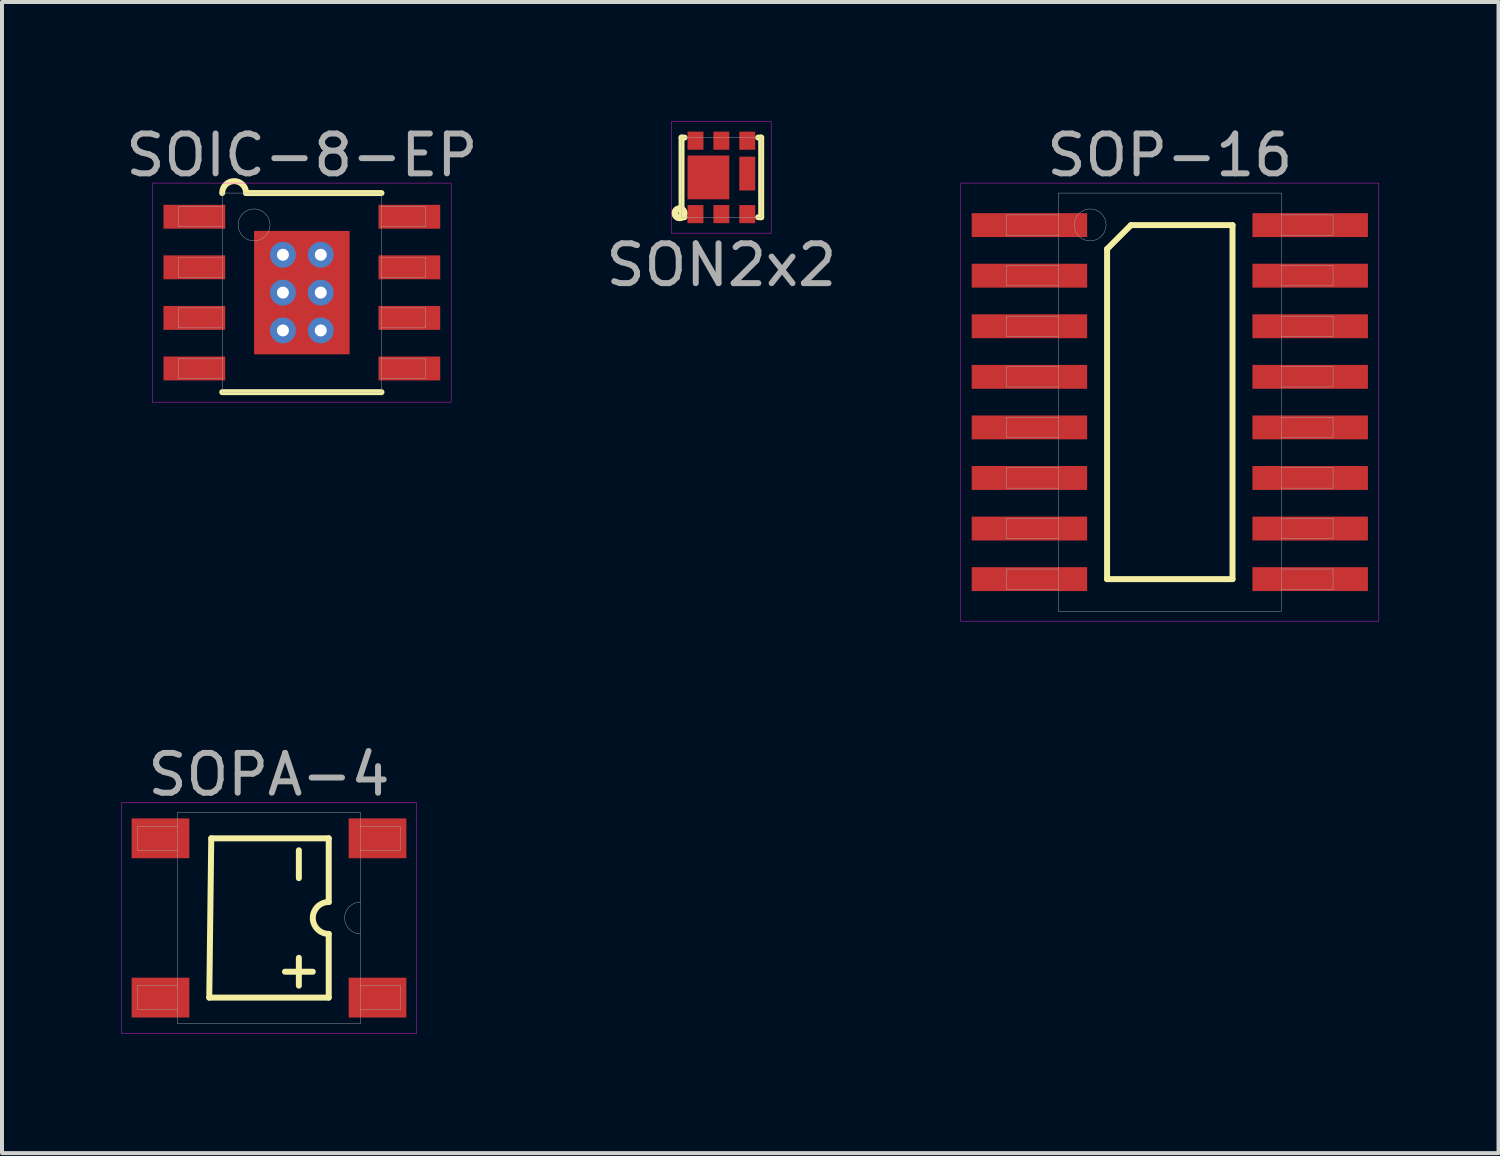
<source format=kicad_pcb>
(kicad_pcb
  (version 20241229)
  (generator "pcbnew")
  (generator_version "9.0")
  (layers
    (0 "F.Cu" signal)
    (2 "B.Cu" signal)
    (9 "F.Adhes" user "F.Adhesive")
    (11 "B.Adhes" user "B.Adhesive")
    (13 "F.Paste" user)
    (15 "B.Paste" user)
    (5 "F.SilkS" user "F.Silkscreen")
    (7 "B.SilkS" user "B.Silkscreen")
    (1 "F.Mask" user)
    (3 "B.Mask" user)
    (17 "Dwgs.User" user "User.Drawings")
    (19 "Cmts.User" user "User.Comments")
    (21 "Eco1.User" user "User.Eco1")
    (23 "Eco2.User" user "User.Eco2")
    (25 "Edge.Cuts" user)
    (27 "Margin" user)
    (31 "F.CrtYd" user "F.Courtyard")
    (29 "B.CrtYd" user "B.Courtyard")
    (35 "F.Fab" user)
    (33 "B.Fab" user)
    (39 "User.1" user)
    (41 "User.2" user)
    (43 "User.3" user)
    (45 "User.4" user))
  (footprint "SOPA-4"
    (layer "F.Cu")
    (at 3.705 20.002)
    (property "Reference" "SOPA-4" (at 0 -3.6 0) (layer "F.Fab") (effects (font (size 1 1) (thickness 0.15))))
    (attr through_hole)
    (fp_line (start -1.5 2) (end -1.45 -2) (stroke (width 0.15) (type solid)) (layer "F.SilkS"))
    (fp_line (start -1.45 -2) (end 1.5 -2) (stroke (width 0.15) (type solid)) (layer "F.SilkS"))
    (fp_line (start 0.4 1.35) (end 1.1 1.35) (stroke (width 0.15) (type solid)) (layer "F.SilkS"))
    (fp_line (start 0.75 -1.7) (end 0.75 -1) (stroke (width 0.15) (type solid)) (layer "F.SilkS"))
    (fp_line (start 0.75 1) (end 0.75 1.7) (stroke (width 0.15) (type solid)) (layer "F.SilkS"))
    (fp_line (start 1.5 -0.4) (end 1.5 -2) (stroke (width 0.15) (type solid)) (layer "F.SilkS"))
    (fp_line (start 1.5 0.4) (end 1.5 2) (stroke (width 0.15) (type solid)) (layer "F.SilkS"))
    (fp_line (start 1.5 2) (end -1.5 2) (stroke (width 0.15) (type solid)) (layer "F.SilkS"))
    (fp_arc (start 1.5 0.4) (mid 1.1 0) (end 1.5 -0.4) (stroke (width 0.15) (type solid)) (layer "F.SilkS"))
    (fp_line (start -3.7 -2.9) (end 3.7 -2.9) (stroke (width 0.01) (type solid)) (layer "F.CrtYd"))
    (fp_line (start -3.7 2.9) (end -3.7 -2.9) (stroke (width 0.01) (type solid)) (layer "F.CrtYd"))
    (fp_line (start 3.7 -2.9) (end 3.7 2.9) (stroke (width 0.01) (type solid)) (layer "F.CrtYd"))
    (fp_line (start 3.7 2.9) (end -3.7 2.9) (stroke (width 0.01) (type solid)) (layer "F.CrtYd"))
    (fp_line (start -3.3 -2.3) (end -2.3 -2.3) (stroke (width 0.01) (type solid)) (layer "F.Fab"))
    (fp_line (start -3.3 -1.7) (end -3.3 -2.3) (stroke (width 0.01) (type solid)) (layer "F.Fab"))
    (fp_line (start -3.3 1.7) (end -2.3 1.7) (stroke (width 0.01) (type solid)) (layer "F.Fab"))
    (fp_line (start -3.3 2.3) (end -3.3 1.7) (stroke (width 0.01) (type solid)) (layer "F.Fab"))
    (fp_line (start -2.3 -2.65) (end 2.3 -2.65) (stroke (width 0.01) (type solid)) (layer "F.Fab"))
    (fp_line (start -2.3 -1.7) (end -3.3 -1.7) (stroke (width 0.01) (type solid)) (layer "F.Fab"))
    (fp_line (start -2.3 2.3) (end -3.3 2.3) (stroke (width 0.01) (type solid)) (layer "F.Fab"))
    (fp_line (start -2.3 2.65) (end -2.3 -2.65) (stroke (width 0.01) (type solid)) (layer "F.Fab"))
    (fp_line (start 2.3 -2.65) (end 2.3 2.65) (stroke (width 0.01) (type solid)) (layer "F.Fab"))
    (fp_line (start 2.3 -2.3) (end 3.3 -2.3) (stroke (width 0.01) (type solid)) (layer "F.Fab"))
    (fp_line (start 2.3 1.7) (end 3.3 1.7) (stroke (width 0.01) (type solid)) (layer "F.Fab"))
    (fp_line (start 2.3 2.65) (end -2.3 2.65) (stroke (width 0.01) (type solid)) (layer "F.Fab"))
    (fp_line (start 3.3 -2.3) (end 3.3 -1.7) (stroke (width 0.01) (type solid)) (layer "F.Fab"))
    (fp_line (start 3.3 -1.7) (end 2.3 -1.7) (stroke (width 0.01) (type solid)) (layer "F.Fab"))
    (fp_line (start 3.3 1.7) (end 3.3 2.3) (stroke (width 0.01) (type solid)) (layer "F.Fab"))
    (fp_line (start 3.3 2.3) (end 2.3 2.3) (stroke (width 0.01) (type solid)) (layer "F.Fab"))
    (fp_arc (start 2.3 0.4) (mid 1.9 0) (end 2.3 -0.4) (stroke (width 0.01) (type solid)) (layer "F.Fab"))
    (pad "1" smd rect (at -2.725 -2) (size 1.45 1) (layers "F.Cu" "F.Mask" "F.Paste"))
    (pad "2" smd rect (at -2.725 2) (size 1.45 1) (layers "F.Cu" "F.Mask" "F.Paste"))
    (pad "3" smd rect (at 2.725 2) (size 1.45 1) (layers "F.Cu" "F.Mask" "F.Paste"))
    (pad "4" smd rect (at 2.725 -2) (size 1.45 1) (layers "F.Cu" "F.Mask" "F.Paste")))
  (footprint "SON2x2"
    (layer "F.Cu")
    (at 15.065 1.405)
    (property "Reference" "SON2x2" (at 0 2.2 0) (layer "F.Fab") (effects (font (size 1 1) (thickness 0.15))))
    (attr through_hole)
    (fp_line (start -1 -1) (end -0.925 -1) (stroke (width 0.15) (type solid)) (layer "F.SilkS"))
    (fp_line (start -1 1) (end -1 -1) (stroke (width 0.15) (type solid)) (layer "F.SilkS"))
    (fp_line (start -0.925 1) (end -1 1) (stroke (width 0.15) (type solid)) (layer "F.SilkS"))
    (fp_line (start 0.925 -1) (end 1 -1) (stroke (width 0.15) (type solid)) (layer "F.SilkS"))
    (fp_line (start 1 -1) (end 1 1) (stroke (width 0.15) (type solid)) (layer "F.SilkS"))
    (fp_line (start 1 1) (end 0.925 1) (stroke (width 0.15) (type solid)) (layer "F.SilkS"))
    (fp_circle (center -1.05 0.9) (end -1 0.9) (stroke (width 0.15) (type solid)) (fill no) (layer "F.SilkS"))
    (fp_circle (center -1.05 0.9) (end -0.95 0.85) (stroke (width 0.15) (type solid)) (fill no) (layer "F.SilkS"))
    (fp_line (start -1.25 -1.4) (end -1.25 -1.25) (stroke (width 0.01) (type solid)) (layer "F.CrtYd"))
    (fp_line (start -1.25 -1.25) (end -1.25 1.25) (stroke (width 0.01) (type solid)) (layer "F.CrtYd"))
    (fp_line (start -1.25 1.25) (end -1.25 1.4) (stroke (width 0.01) (type solid)) (layer "F.CrtYd"))
    (fp_line (start -1.25 1.4) (end 1.25 1.4) (stroke (width 0.01) (type solid)) (layer "F.CrtYd"))
    (fp_line (start 1.25 -1.4) (end -1.25 -1.4) (stroke (width 0.01) (type solid)) (layer "F.CrtYd"))
    (fp_line (start 1.25 -1.25) (end 1.25 -1.4) (stroke (width 0.01) (type solid)) (layer "F.CrtYd"))
    (fp_line (start 1.25 1.4) (end 1.25 -1.25) (stroke (width 0.01) (type solid)) (layer "F.CrtYd"))
    (fp_line (start -1 -1) (end 1 -1) (stroke (width 0.01) (type solid)) (layer "F.Fab"))
    (fp_line (start -1 1) (end -1 -1) (stroke (width 0.01) (type solid)) (layer "F.Fab"))
    (fp_line (start 1 -1) (end 1 1) (stroke (width 0.01) (type solid)) (layer "F.Fab"))
    (fp_line (start 1 1) (end -1 1) (stroke (width 0.01) (type solid)) (layer "F.Fab"))
    (pad "D" smd rect (at 0.65 -0.922) (size 0.4 0.455) (layers "F.Cu" "F.Mask" "F.Paste"))
    (pad "D" smd rect (at 0.65 -0.096) (size 0.4 0.85) (layers "F.Cu" "F.Mask" "F.Paste"))
    (pad "G" smd rect (at 0.65 0.922) (size 0.4 0.455) (layers "F.Cu" "F.Mask" "F.Paste"))
    (pad "S" smd rect (at -0.65 -0.922) (size 0.4 0.455) (layers "F.Cu" "F.Mask" "F.Paste"))
    (pad "S" smd rect (at -0.65 0.922) (size 0.4 0.455) (layers "F.Cu" "F.Mask" "F.Paste"))
    (pad "S" smd rect (at -0.325 0) (size 1.05 1.1) (layers "F.Cu" "F.Mask" "F.Paste"))
    (pad "S" smd rect (at 0 -0.922) (size 0.4 0.455) (layers "F.Cu" "F.Mask" "F.Paste"))
    (pad "S" smd rect (at 0 0.922) (size 0.4 0.455) (layers "F.Cu" "F.Mask" "F.Paste")))
  (footprint "SOP-16"
    (layer "F.Cu")
    (at 26.326 7.048)
    (property "Reference" "SOP-16" (at 0 -6.2 0) (layer "F.Fab") (effects (font (size 1 1) (thickness 0.15))))
    (attr through_hole)
    (fp_line (start -1.575 -3.845) (end -0.975 -4.445) (stroke (width 0.15) (type solid)) (layer "F.SilkS"))
    (fp_line (start -1.575 4.445) (end -1.575 -3.845) (stroke (width 0.15) (type solid)) (layer "F.SilkS"))
    (fp_line (start -0.975 -4.445) (end 1.575 -4.445) (stroke (width 0.15) (type solid)) (layer "F.SilkS"))
    (fp_line (start 1.575 -4.445) (end 1.575 4.445) (stroke (width 0.15) (type solid)) (layer "F.SilkS"))
    (fp_line (start 1.575 4.445) (end -1.575 4.445) (stroke (width 0.15) (type solid)) (layer "F.SilkS"))
    (fp_line (start -5.25 -5.5) (end 5.25 -5.5) (stroke (width 0.01) (type solid)) (layer "F.CrtYd"))
    (fp_line (start -5.25 5.5) (end -5.25 -5.5) (stroke (width 0.01) (type solid)) (layer "F.CrtYd"))
    (fp_line (start 5.25 -5.5) (end 5.25 5.5) (stroke (width 0.01) (type solid)) (layer "F.CrtYd"))
    (fp_line (start 5.25 5.5) (end -5.25 5.5) (stroke (width 0.01) (type solid)) (layer "F.CrtYd"))
    (fp_line (start -4.1 -4.7) (end -2.8 -4.7) (stroke (width 0.01) (type solid)) (layer "F.Fab"))
    (fp_line (start -4.1 -4.19) (end -4.1 -4.7) (stroke (width 0.01) (type solid)) (layer "F.Fab"))
    (fp_line (start -4.1 -3.43) (end -2.8 -3.43) (stroke (width 0.01) (type solid)) (layer "F.Fab"))
    (fp_line (start -4.1 -2.92) (end -4.1 -3.43) (stroke (width 0.01) (type solid)) (layer "F.Fab"))
    (fp_line (start -4.1 -2.16) (end -2.8 -2.16) (stroke (width 0.01) (type solid)) (layer "F.Fab"))
    (fp_line (start -4.1 -1.65) (end -4.1 -2.16) (stroke (width 0.01) (type solid)) (layer "F.Fab"))
    (fp_line (start -4.1 -0.89) (end -2.8 -0.89) (stroke (width 0.01) (type solid)) (layer "F.Fab"))
    (fp_line (start -4.1 -0.38) (end -4.1 -0.89) (stroke (width 0.01) (type solid)) (layer "F.Fab"))
    (fp_line (start -4.1 0.38) (end -2.8 0.38) (stroke (width 0.01) (type solid)) (layer "F.Fab"))
    (fp_line (start -4.1 0.89) (end -4.1 0.38) (stroke (width 0.01) (type solid)) (layer "F.Fab"))
    (fp_line (start -4.1 1.65) (end -2.8 1.65) (stroke (width 0.01) (type solid)) (layer "F.Fab"))
    (fp_line (start -4.1 2.16) (end -4.1 1.65) (stroke (width 0.01) (type solid)) (layer "F.Fab"))
    (fp_line (start -4.1 2.92) (end -2.8 2.92) (stroke (width 0.01) (type solid)) (layer "F.Fab"))
    (fp_line (start -4.1 3.43) (end -4.1 2.92) (stroke (width 0.01) (type solid)) (layer "F.Fab"))
    (fp_line (start -4.1 4.19) (end -2.8 4.19) (stroke (width 0.01) (type solid)) (layer "F.Fab"))
    (fp_line (start -4.1 4.7) (end -4.1 4.19) (stroke (width 0.01) (type solid)) (layer "F.Fab"))
    (fp_line (start -2.8 -5.25) (end 2.8 -5.25) (stroke (width 0.01) (type solid)) (layer "F.Fab"))
    (fp_line (start -2.8 -4.19) (end -4.1 -4.19) (stroke (width 0.01) (type solid)) (layer "F.Fab"))
    (fp_line (start -2.8 -2.92) (end -4.1 -2.92) (stroke (width 0.01) (type solid)) (layer "F.Fab"))
    (fp_line (start -2.8 -1.65) (end -4.1 -1.65) (stroke (width 0.01) (type solid)) (layer "F.Fab"))
    (fp_line (start -2.8 -0.38) (end -4.1 -0.38) (stroke (width 0.01) (type solid)) (layer "F.Fab"))
    (fp_line (start -2.8 0.89) (end -4.1 0.89) (stroke (width 0.01) (type solid)) (layer "F.Fab"))
    (fp_line (start -2.8 2.16) (end -4.1 2.16) (stroke (width 0.01) (type solid)) (layer "F.Fab"))
    (fp_line (start -2.8 3.43) (end -4.1 3.43) (stroke (width 0.01) (type solid)) (layer "F.Fab"))
    (fp_line (start -2.8 4.7) (end -4.1 4.7) (stroke (width 0.01) (type solid)) (layer "F.Fab"))
    (fp_line (start -2.8 5.25) (end -2.8 -5.25) (stroke (width 0.01) (type solid)) (layer "F.Fab"))
    (fp_line (start 2.8 -5.25) (end 2.8 5.25) (stroke (width 0.01) (type solid)) (layer "F.Fab"))
    (fp_line (start 2.8 -4.7) (end 4.1 -4.7) (stroke (width 0.01) (type solid)) (layer "F.Fab"))
    (fp_line (start 2.8 -3.43) (end 4.1 -3.43) (stroke (width 0.01) (type solid)) (layer "F.Fab"))
    (fp_line (start 2.8 -2.16) (end 4.1 -2.16) (stroke (width 0.01) (type solid)) (layer "F.Fab"))
    (fp_line (start 2.8 -0.89) (end 4.1 -0.89) (stroke (width 0.01) (type solid)) (layer "F.Fab"))
    (fp_line (start 2.8 0.38) (end 4.1 0.38) (stroke (width 0.01) (type solid)) (layer "F.Fab"))
    (fp_line (start 2.8 1.65) (end 4.1 1.65) (stroke (width 0.01) (type solid)) (layer "F.Fab"))
    (fp_line (start 2.8 2.92) (end 4.1 2.92) (stroke (width 0.01) (type solid)) (layer "F.Fab"))
    (fp_line (start 2.8 4.19) (end 4.1 4.19) (stroke (width 0.01) (type solid)) (layer "F.Fab"))
    (fp_line (start 2.8 5.25) (end -2.8 5.25) (stroke (width 0.01) (type solid)) (layer "F.Fab"))
    (fp_line (start 4.1 -4.7) (end 4.1 -4.19) (stroke (width 0.01) (type solid)) (layer "F.Fab"))
    (fp_line (start 4.1 -4.19) (end 2.8 -4.19) (stroke (width 0.01) (type solid)) (layer "F.Fab"))
    (fp_line (start 4.1 -3.43) (end 4.1 -2.92) (stroke (width 0.01) (type solid)) (layer "F.Fab"))
    (fp_line (start 4.1 -2.92) (end 2.8 -2.92) (stroke (width 0.01) (type solid)) (layer "F.Fab"))
    (fp_line (start 4.1 -2.16) (end 4.1 -1.65) (stroke (width 0.01) (type solid)) (layer "F.Fab"))
    (fp_line (start 4.1 -1.65) (end 2.8 -1.65) (stroke (width 0.01) (type solid)) (layer "F.Fab"))
    (fp_line (start 4.1 -0.89) (end 4.1 -0.38) (stroke (width 0.01) (type solid)) (layer "F.Fab"))
    (fp_line (start 4.1 -0.38) (end 2.8 -0.38) (stroke (width 0.01) (type solid)) (layer "F.Fab"))
    (fp_line (start 4.1 0.38) (end 4.1 0.89) (stroke (width 0.01) (type solid)) (layer "F.Fab"))
    (fp_line (start 4.1 0.89) (end 2.8 0.89) (stroke (width 0.01) (type solid)) (layer "F.Fab"))
    (fp_line (start 4.1 1.65) (end 4.1 2.16) (stroke (width 0.01) (type solid)) (layer "F.Fab"))
    (fp_line (start 4.1 2.16) (end 2.8 2.16) (stroke (width 0.01) (type solid)) (layer "F.Fab"))
    (fp_line (start 4.1 2.92) (end 4.1 3.43) (stroke (width 0.01) (type solid)) (layer "F.Fab"))
    (fp_line (start 4.1 3.43) (end 2.8 3.43) (stroke (width 0.01) (type solid)) (layer "F.Fab"))
    (fp_line (start 4.1 4.19) (end 4.1 4.7) (stroke (width 0.01) (type solid)) (layer "F.Fab"))
    (fp_line (start 4.1 4.7) (end 2.8 4.7) (stroke (width 0.01) (type solid)) (layer "F.Fab"))
    (fp_circle (center -2 -4.45) (end -2 -4.05) (stroke (width 0.01) (type solid)) (fill no) (layer "F.Fab"))
    (pad "1" smd rect (at -3.525 -4.445) (size 2.9 0.6) (layers "F.Cu" "F.Mask" "F.Paste"))
    (pad "2" smd rect (at -3.525 -3.175) (size 2.9 0.6) (layers "F.Cu" "F.Mask" "F.Paste"))
    (pad "3" smd rect (at -3.525 -1.905) (size 2.9 0.6) (layers "F.Cu" "F.Mask" "F.Paste"))
    (pad "4" smd rect (at -3.525 -0.635) (size 2.9 0.6) (layers "F.Cu" "F.Mask" "F.Paste"))
    (pad "5" smd rect (at -3.525 0.635) (size 2.9 0.6) (layers "F.Cu" "F.Mask" "F.Paste"))
    (pad "6" smd rect (at -3.525 1.905) (size 2.9 0.6) (layers "F.Cu" "F.Mask" "F.Paste"))
    (pad "7" smd rect (at -3.525 3.175) (size 2.9 0.6) (layers "F.Cu" "F.Mask" "F.Paste"))
    (pad "8" smd rect (at -3.525 4.445) (size 2.9 0.6) (layers "F.Cu" "F.Mask" "F.Paste"))
    (pad "9" smd rect (at 3.525 4.445) (size 2.9 0.6) (layers "F.Cu" "F.Mask" "F.Paste"))
    (pad "10" smd rect (at 3.525 3.175) (size 2.9 0.6) (layers "F.Cu" "F.Mask" "F.Paste"))
    (pad "11" smd rect (at 3.525 1.905) (size 2.9 0.6) (layers "F.Cu" "F.Mask" "F.Paste"))
    (pad "12" smd rect (at 3.525 0.635) (size 2.9 0.6) (layers "F.Cu" "F.Mask" "F.Paste"))
    (pad "13" smd rect (at 3.525 -0.635) (size 2.9 0.6) (layers "F.Cu" "F.Mask" "F.Paste"))
    (pad "14" smd rect (at 3.525 -1.905) (size 2.9 0.6) (layers "F.Cu" "F.Mask" "F.Paste"))
    (pad "15" smd rect (at 3.525 -3.175) (size 2.9 0.6) (layers "F.Cu" "F.Mask" "F.Paste"))
    (pad "16" smd rect (at 3.525 -4.445) (size 2.9 0.6) (layers "F.Cu" "F.Mask" "F.Paste")))
  (footprint "SOIC-8-EP"
    (layer "F.Cu")
    (at 4.53 4.298)
    (property "Reference" "SOIC-8-EP" (at 0 -3.45 0) (layer "F.Fab") (effects (font (size 1 1) (thickness 0.15))))
    (attr smd)
    (fp_line (start -2 2.5) (end 2 2.5) (stroke (width 0.15) (type solid)) (layer "F.SilkS"))
    (fp_line (start -1.4 -2.5) (end 2 -2.5) (stroke (width 0.15) (type solid)) (layer "F.SilkS"))
    (fp_arc (start -2 -2.5) (mid -1.7 -2.8) (end -1.4 -2.5) (stroke (width 0.15) (type solid)) (layer "F.SilkS"))
    (fp_line (start -3.75 -2.75) (end 3.75 -2.75) (stroke (width 0.01) (type solid)) (layer "F.CrtYd"))
    (fp_line (start -3.75 2.75) (end -3.75 -2.75) (stroke (width 0.01) (type solid)) (layer "F.CrtYd"))
    (fp_line (start 3.75 -2.75) (end 3.75 2.75) (stroke (width 0.01) (type solid)) (layer "F.CrtYd"))
    (fp_line (start 3.75 2.75) (end -3.75 2.75) (stroke (width 0.01) (type solid)) (layer "F.CrtYd"))
    (fp_line (start -3.1 -2.155) (end -2 -2.155) (stroke (width 0.01) (type solid)) (layer "F.Fab"))
    (fp_line (start -3.1 -1.655) (end -3.1 -2.155) (stroke (width 0.01) (type solid)) (layer "F.Fab"))
    (fp_line (start -3.1 -0.885) (end -2 -0.885) (stroke (width 0.01) (type solid)) (layer "F.Fab"))
    (fp_line (start -3.1 -0.385) (end -3.1 -0.885) (stroke (width 0.01) (type solid)) (layer "F.Fab"))
    (fp_line (start -3.1 0.385) (end -2 0.385) (stroke (width 0.01) (type solid)) (layer "F.Fab"))
    (fp_line (start -3.1 0.885) (end -3.1 0.385) (stroke (width 0.01) (type solid)) (layer "F.Fab"))
    (fp_line (start -3.1 1.655) (end -2 1.655) (stroke (width 0.01) (type solid)) (layer "F.Fab"))
    (fp_line (start -3.1 2.155) (end -3.1 1.655) (stroke (width 0.01) (type solid)) (layer "F.Fab"))
    (fp_line (start -2 -2.5) (end 2 -2.5) (stroke (width 0.01) (type solid)) (layer "F.Fab"))
    (fp_line (start -2 -1.655) (end -3.1 -1.655) (stroke (width 0.01) (type solid)) (layer "F.Fab"))
    (fp_line (start -2 -0.385) (end -3.1 -0.385) (stroke (width 0.01) (type solid)) (layer "F.Fab"))
    (fp_line (start -2 0.885) (end -3.1 0.885) (stroke (width 0.01) (type solid)) (layer "F.Fab"))
    (fp_line (start -2 2.155) (end -3.1 2.155) (stroke (width 0.01) (type solid)) (layer "F.Fab"))
    (fp_line (start -2 2.5) (end -2 -2.5) (stroke (width 0.01) (type solid)) (layer "F.Fab"))
    (fp_line (start 2 -2.5) (end 2 2.5) (stroke (width 0.01) (type solid)) (layer "F.Fab"))
    (fp_line (start 2 -2.155) (end 3.1 -2.155) (stroke (width 0.01) (type solid)) (layer "F.Fab"))
    (fp_line (start 2 -0.885) (end 3.1 -0.885) (stroke (width 0.01) (type solid)) (layer "F.Fab"))
    (fp_line (start 2 0.385) (end 3.1 0.385) (stroke (width 0.01) (type solid)) (layer "F.Fab"))
    (fp_line (start 2 1.655) (end 3.1 1.655) (stroke (width 0.01) (type solid)) (layer "F.Fab"))
    (fp_line (start 2 2.5) (end -2 2.5) (stroke (width 0.01) (type solid)) (layer "F.Fab"))
    (fp_line (start 3.1 -2.155) (end 3.1 -1.655) (stroke (width 0.01) (type solid)) (layer "F.Fab"))
    (fp_line (start 3.1 -1.655) (end 2 -1.655) (stroke (width 0.01) (type solid)) (layer "F.Fab"))
    (fp_line (start 3.1 -0.885) (end 3.1 -0.385) (stroke (width 0.01) (type solid)) (layer "F.Fab"))
    (fp_line (start 3.1 -0.385) (end 2 -0.385) (stroke (width 0.01) (type solid)) (layer "F.Fab"))
    (fp_line (start 3.1 0.385) (end 3.1 0.885) (stroke (width 0.01) (type solid)) (layer "F.Fab"))
    (fp_line (start 3.1 0.885) (end 2 0.885) (stroke (width 0.01) (type solid)) (layer "F.Fab"))
    (fp_line (start 3.1 1.655) (end 3.1 2.155) (stroke (width 0.01) (type solid)) (layer "F.Fab"))
    (fp_line (start 3.1 2.155) (end 2 2.155) (stroke (width 0.01) (type solid)) (layer "F.Fab"))
    (fp_circle (center -1.2 -1.7) (end -1.2 -1.3) (stroke (width 0.01) (type solid)) (fill no) (layer "F.Fab"))
    (pad "1" smd rect (at -2.7 -1.905) (size 1.55 0.6) (layers "F.Cu" "F.Mask" "F.Paste"))
    (pad "2" smd rect (at -2.7 -0.635) (size 1.55 0.6) (layers "F.Cu" "F.Mask" "F.Paste"))
    (pad "3" smd rect (at -2.7 0.635) (size 1.55 0.6) (layers "F.Cu" "F.Mask" "F.Paste"))
    (pad "4" smd rect (at -2.7 1.905) (size 1.55 0.6) (layers "F.Cu" "F.Mask" "F.Paste"))
    (pad "5" smd rect (at 2.7 1.905) (size 1.55 0.6) (layers "F.Cu" "F.Mask" "F.Paste"))
    (pad "6" smd rect (at 2.7 0.635) (size 1.55 0.6) (layers "F.Cu" "F.Mask" "F.Paste"))
    (pad "7" smd rect (at 2.7 -0.635) (size 1.55 0.6) (layers "F.Cu" "F.Mask" "F.Paste"))
    (pad "8" smd rect (at 2.7 -1.905) (size 1.55 0.6) (layers "F.Cu" "F.Mask" "F.Paste"))
    (pad "EP" thru_hole circle (at -0.475 -0.95) (size 0.65 0.65) (drill 0.3) (layers "*.Cu"))
    (pad "EP" thru_hole circle (at -0.475 0) (size 0.65 0.65) (drill 0.3) (layers "*.Cu"))
    (pad "EP" thru_hole circle (at -0.475 0.95) (size 0.65 0.65) (drill 0.3) (layers "*.Cu"))
    (pad "EP" smd rect (at 0 0) (size 2.4 3.1) (layers "F.Cu" "F.Mask" "F.Paste"))
    (pad "EP" thru_hole circle (at 0.475 -0.95) (size 0.65 0.65) (drill 0.3) (layers "*.Cu"))
    (pad "EP" thru_hole circle (at 0.475 0) (size 0.65 0.65) (drill 0.3) (layers "*.Cu"))
    (pad "EP" thru_hole circle (at 0.475 0.95) (size 0.65 0.65) (drill 0.3) (layers "*.Cu")))
  (gr_rect
    (start -3 -3)
    (end 34.581 25.907)
    (stroke (width 0.1) (type default))
    (fill no)
    (layer "Edge.Cuts")))
</source>
